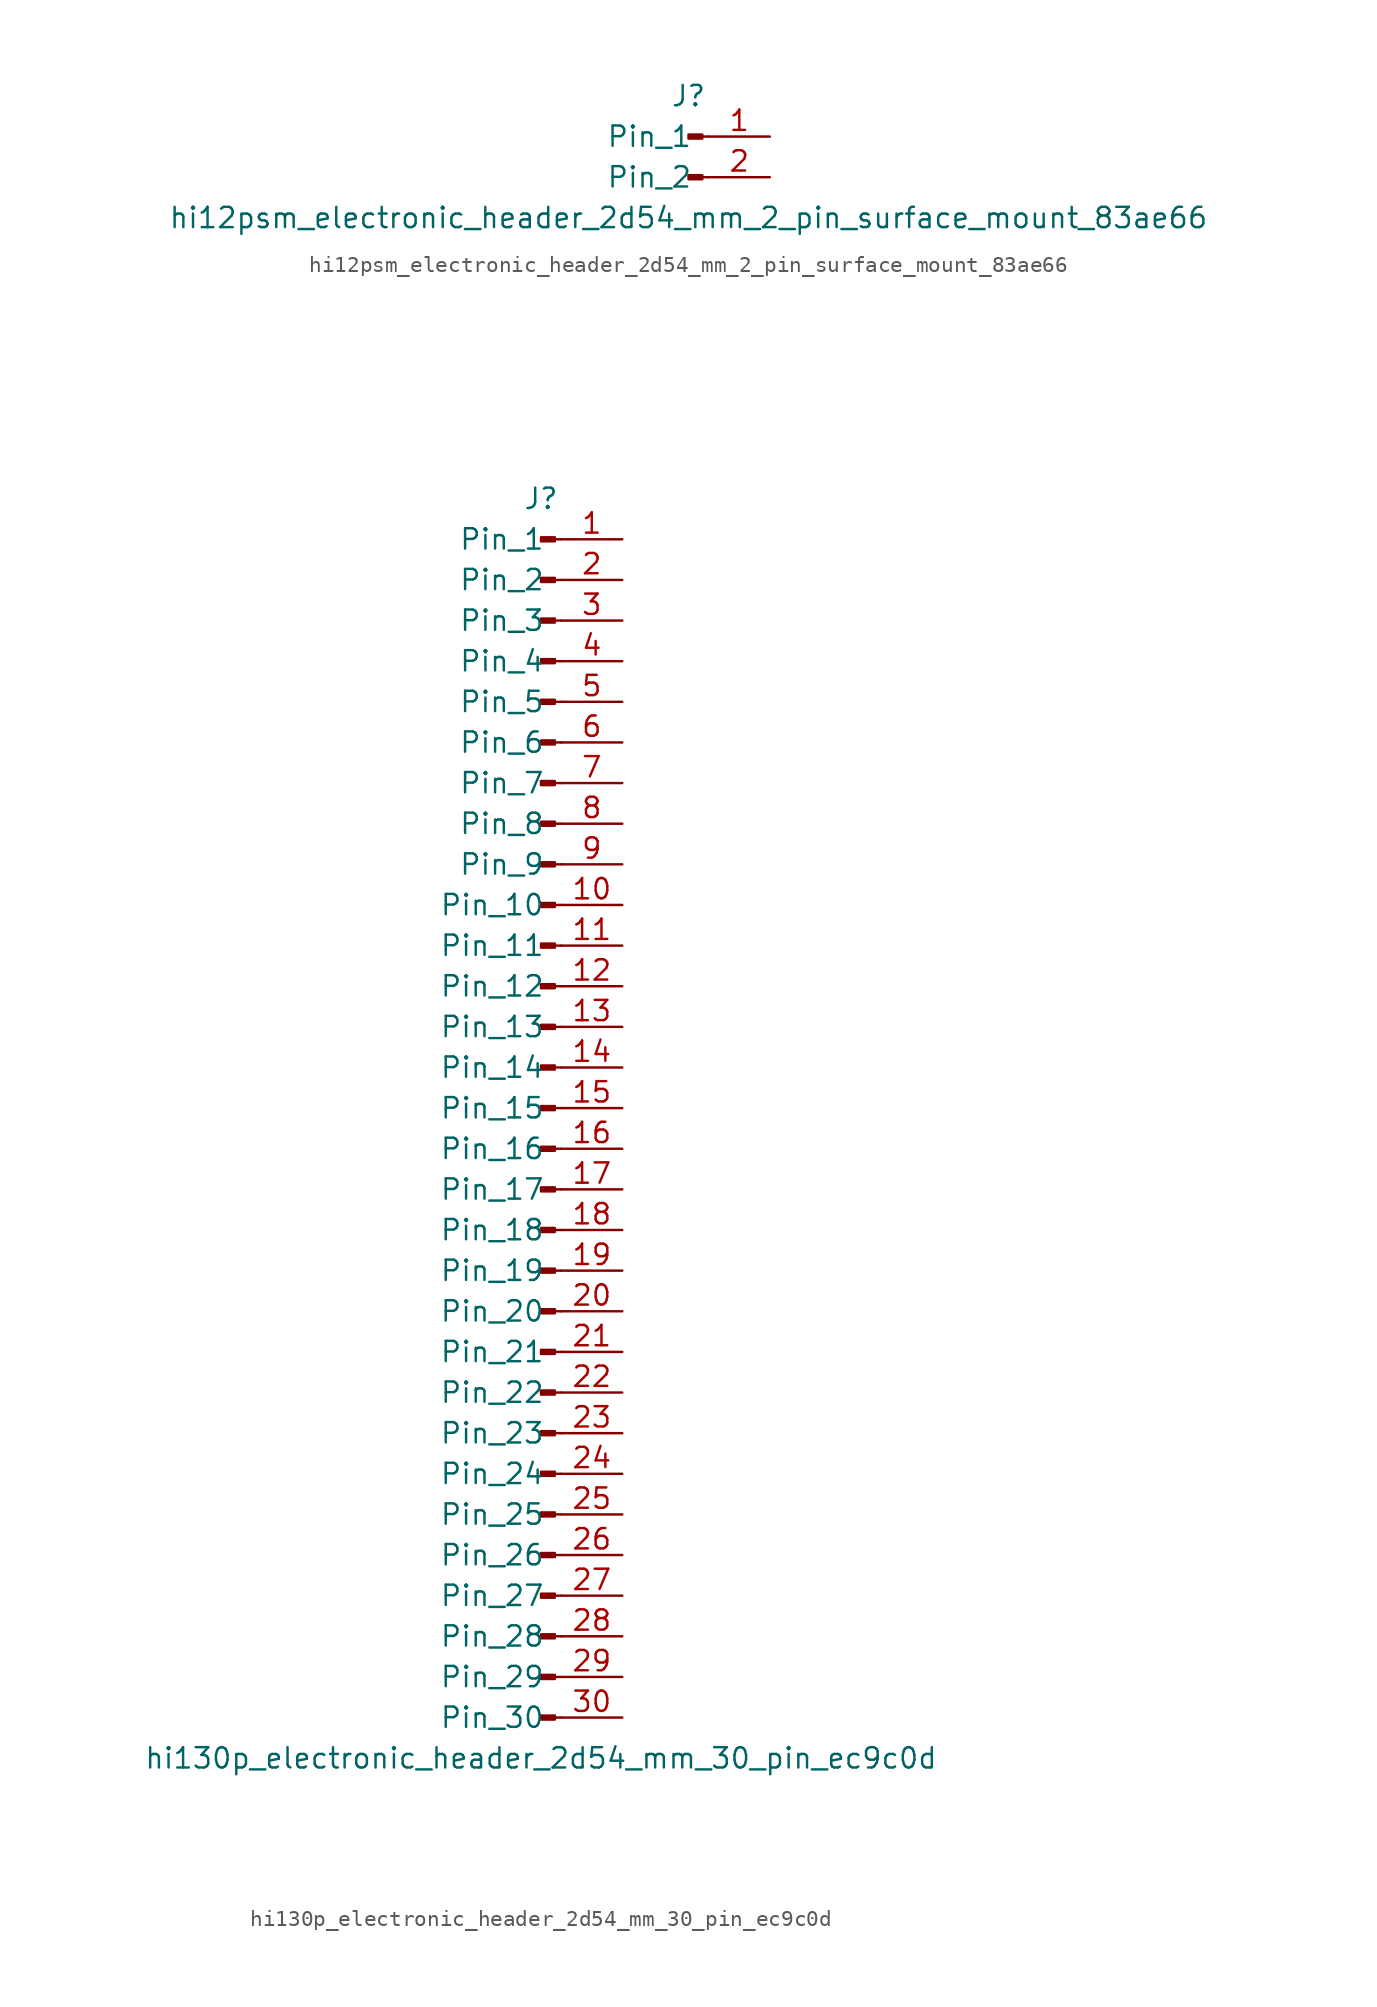
<source format=kicad_sym>
(kicad_symbol_lib
  (version 20220914)
  (generator kicad_symbol_editor)
  (symbol "hi12psm_electronic_header_2d54_mm_2_pin_surface_mount_83ae66"
    (pin_names
      (offset 1.016))
    (property "Reference" "J"
      (at 0 2.54 0)
      (effects (font (size 1.27 1.27))))
    (property "Value" "hi12psm_electronic_header_2d54_mm_2_pin_surface_mount_83ae66"
      (at 0 -5.08 0)
      (effects (font (size 1.27 1.27))))
    (property "ki_locked" ""
      (at 0 0 0)
      (effects (font (size 1.27 1.27))))
    (symbol "hi12psm_electronic_header_2d54_mm_2_pin_surface_mount_83ae66_1_1"
      (polyline (pts (xy 1.27 -2.54) (xy 0.864 -2.54)) (stroke (width 0.152) (type default)) (fill (type none)))
      (polyline (pts (xy 1.27 0) (xy 0.864 0)) (stroke (width 0.152) (type default)) (fill (type none)))
      (rectangle (start 0.864 -2.413) (end 0 -2.667) (stroke (width 0.152) (type default)) (fill (type outline)))
      (rectangle (start 0.864 0.127) (end 0 -0.127) (stroke (width 0.152) (type default)) (fill (type outline)))
      (pin passive line (at 5.08 0 180) (length 3.81) (name "Pin_1" (effects (font (size 1.27 1.27)))) (number "1" (effects (font (size 1.27 1.27)))))
      (pin passive line (at 5.08 -2.54 180) (length 3.81) (name "Pin_2" (effects (font (size 1.27 1.27)))) (number "2" (effects (font (size 1.27 1.27)))))))
  (symbol "hi130p_electronic_header_2d54_mm_30_pin_ec9c0d"
    (pin_names
      (offset 1.016))
    (property "Reference" "J"
      (at 0 38.1 0)
      (effects (font (size 1.27 1.27))))
    (property "Value" "hi130p_electronic_header_2d54_mm_30_pin_ec9c0d"
      (at 0 -40.64 0)
      (effects (font (size 1.27 1.27))))
    (property "ki_locked" ""
      (at 0 0 0)
      (effects (font (size 1.27 1.27))))
    (symbol "hi130p_electronic_header_2d54_mm_30_pin_ec9c0d_1_1"
      (polyline (pts (xy 1.27 -38.1) (xy 0.864 -38.1)) (stroke (width 0.152) (type default)) (fill (type none)))
      (polyline (pts (xy 1.27 -35.56) (xy 0.864 -35.56)) (stroke (width 0.152) (type default)) (fill (type none)))
      (polyline (pts (xy 1.27 -33.02) (xy 0.864 -33.02)) (stroke (width 0.152) (type default)) (fill (type none)))
      (polyline (pts (xy 1.27 -30.48) (xy 0.864 -30.48)) (stroke (width 0.152) (type default)) (fill (type none)))
      (polyline (pts (xy 1.27 -27.94) (xy 0.864 -27.94)) (stroke (width 0.152) (type default)) (fill (type none)))
      (polyline (pts (xy 1.27 -25.4) (xy 0.864 -25.4)) (stroke (width 0.152) (type default)) (fill (type none)))
      (polyline (pts (xy 1.27 -22.86) (xy 0.864 -22.86)) (stroke (width 0.152) (type default)) (fill (type none)))
      (polyline (pts (xy 1.27 -20.32) (xy 0.864 -20.32)) (stroke (width 0.152) (type default)) (fill (type none)))
      (polyline (pts (xy 1.27 -17.78) (xy 0.864 -17.78)) (stroke (width 0.152) (type default)) (fill (type none)))
      (polyline (pts (xy 1.27 -15.24) (xy 0.864 -15.24)) (stroke (width 0.152) (type default)) (fill (type none)))
      (polyline (pts (xy 1.27 -12.7) (xy 0.864 -12.7)) (stroke (width 0.152) (type default)) (fill (type none)))
      (polyline (pts (xy 1.27 -10.16) (xy 0.864 -10.16)) (stroke (width 0.152) (type default)) (fill (type none)))
      (polyline (pts (xy 1.27 -7.62) (xy 0.864 -7.62)) (stroke (width 0.152) (type default)) (fill (type none)))
      (polyline (pts (xy 1.27 -5.08) (xy 0.864 -5.08)) (stroke (width 0.152) (type default)) (fill (type none)))
      (polyline (pts (xy 1.27 -2.54) (xy 0.864 -2.54)) (stroke (width 0.152) (type default)) (fill (type none)))
      (polyline (pts (xy 1.27 0) (xy 0.864 0)) (stroke (width 0.152) (type default)) (fill (type none)))
      (polyline (pts (xy 1.27 2.54) (xy 0.864 2.54)) (stroke (width 0.152) (type default)) (fill (type none)))
      (polyline (pts (xy 1.27 5.08) (xy 0.864 5.08)) (stroke (width 0.152) (type default)) (fill (type none)))
      (polyline (pts (xy 1.27 7.62) (xy 0.864 7.62)) (stroke (width 0.152) (type default)) (fill (type none)))
      (polyline (pts (xy 1.27 10.16) (xy 0.864 10.16)) (stroke (width 0.152) (type default)) (fill (type none)))
      (polyline (pts (xy 1.27 12.7) (xy 0.864 12.7)) (stroke (width 0.152) (type default)) (fill (type none)))
      (polyline (pts (xy 1.27 15.24) (xy 0.864 15.24)) (stroke (width 0.152) (type default)) (fill (type none)))
      (polyline (pts (xy 1.27 17.78) (xy 0.864 17.78)) (stroke (width 0.152) (type default)) (fill (type none)))
      (polyline (pts (xy 1.27 20.32) (xy 0.864 20.32)) (stroke (width 0.152) (type default)) (fill (type none)))
      (polyline (pts (xy 1.27 22.86) (xy 0.864 22.86)) (stroke (width 0.152) (type default)) (fill (type none)))
      (polyline (pts (xy 1.27 25.4) (xy 0.864 25.4)) (stroke (width 0.152) (type default)) (fill (type none)))
      (polyline (pts (xy 1.27 27.94) (xy 0.864 27.94)) (stroke (width 0.152) (type default)) (fill (type none)))
      (polyline (pts (xy 1.27 30.48) (xy 0.864 30.48)) (stroke (width 0.152) (type default)) (fill (type none)))
      (polyline (pts (xy 1.27 33.02) (xy 0.864 33.02)) (stroke (width 0.152) (type default)) (fill (type none)))
      (polyline (pts (xy 1.27 35.56) (xy 0.864 35.56)) (stroke (width 0.152) (type default)) (fill (type none)))
      (rectangle (start 0.864 -37.973) (end 0 -38.227) (stroke (width 0.152) (type default)) (fill (type outline)))
      (rectangle (start 0.864 -35.433) (end 0 -35.687) (stroke (width 0.152) (type default)) (fill (type outline)))
      (rectangle (start 0.864 -32.893) (end 0 -33.147) (stroke (width 0.152) (type default)) (fill (type outline)))
      (rectangle (start 0.864 -30.353) (end 0 -30.607) (stroke (width 0.152) (type default)) (fill (type outline)))
      (rectangle (start 0.864 -27.813) (end 0 -28.067) (stroke (width 0.152) (type default)) (fill (type outline)))
      (rectangle (start 0.864 -25.273) (end 0 -25.527) (stroke (width 0.152) (type default)) (fill (type outline)))
      (rectangle (start 0.864 -22.733) (end 0 -22.987) (stroke (width 0.152) (type default)) (fill (type outline)))
      (rectangle (start 0.864 -20.193) (end 0 -20.447) (stroke (width 0.152) (type default)) (fill (type outline)))
      (rectangle (start 0.864 -17.653) (end 0 -17.907) (stroke (width 0.152) (type default)) (fill (type outline)))
      (rectangle (start 0.864 -15.113) (end 0 -15.367) (stroke (width 0.152) (type default)) (fill (type outline)))
      (rectangle (start 0.864 -12.573) (end 0 -12.827) (stroke (width 0.152) (type default)) (fill (type outline)))
      (rectangle (start 0.864 -10.033) (end 0 -10.287) (stroke (width 0.152) (type default)) (fill (type outline)))
      (rectangle (start 0.864 -7.493) (end 0 -7.747) (stroke (width 0.152) (type default)) (fill (type outline)))
      (rectangle (start 0.864 -4.953) (end 0 -5.207) (stroke (width 0.152) (type default)) (fill (type outline)))
      (rectangle (start 0.864 -2.413) (end 0 -2.667) (stroke (width 0.152) (type default)) (fill (type outline)))
      (rectangle (start 0.864 0.127) (end 0 -0.127) (stroke (width 0.152) (type default)) (fill (type outline)))
      (rectangle (start 0.864 2.667) (end 0 2.413) (stroke (width 0.152) (type default)) (fill (type outline)))
      (rectangle (start 0.864 5.207) (end 0 4.953) (stroke (width 0.152) (type default)) (fill (type outline)))
      (rectangle (start 0.864 7.747) (end 0 7.493) (stroke (width 0.152) (type default)) (fill (type outline)))
      (rectangle (start 0.864 10.287) (end 0 10.033) (stroke (width 0.152) (type default)) (fill (type outline)))
      (rectangle (start 0.864 12.827) (end 0 12.573) (stroke (width 0.152) (type default)) (fill (type outline)))
      (rectangle (start 0.864 15.367) (end 0 15.113) (stroke (width 0.152) (type default)) (fill (type outline)))
      (rectangle (start 0.864 17.907) (end 0 17.653) (stroke (width 0.152) (type default)) (fill (type outline)))
      (rectangle (start 0.864 20.447) (end 0 20.193) (stroke (width 0.152) (type default)) (fill (type outline)))
      (rectangle (start 0.864 22.987) (end 0 22.733) (stroke (width 0.152) (type default)) (fill (type outline)))
      (rectangle (start 0.864 25.527) (end 0 25.273) (stroke (width 0.152) (type default)) (fill (type outline)))
      (rectangle (start 0.864 28.067) (end 0 27.813) (stroke (width 0.152) (type default)) (fill (type outline)))
      (rectangle (start 0.864 30.607) (end 0 30.353) (stroke (width 0.152) (type default)) (fill (type outline)))
      (rectangle (start 0.864 33.147) (end 0 32.893) (stroke (width 0.152) (type default)) (fill (type outline)))
      (rectangle (start 0.864 35.687) (end 0 35.433) (stroke (width 0.152) (type default)) (fill (type outline)))
      (pin passive line (at 5.08 35.56 180) (length 3.81) (name "Pin_1" (effects (font (size 1.27 1.27)))) (number "1" (effects (font (size 1.27 1.27)))))
      (pin passive line (at 5.08 12.7 180) (length 3.81) (name "Pin_10" (effects (font (size 1.27 1.27)))) (number "10" (effects (font (size 1.27 1.27)))))
      (pin passive line (at 5.08 10.16 180) (length 3.81) (name "Pin_11" (effects (font (size 1.27 1.27)))) (number "11" (effects (font (size 1.27 1.27)))))
      (pin passive line (at 5.08 7.62 180) (length 3.81) (name "Pin_12" (effects (font (size 1.27 1.27)))) (number "12" (effects (font (size 1.27 1.27)))))
      (pin passive line (at 5.08 5.08 180) (length 3.81) (name "Pin_13" (effects (font (size 1.27 1.27)))) (number "13" (effects (font (size 1.27 1.27)))))
      (pin passive line (at 5.08 2.54 180) (length 3.81) (name "Pin_14" (effects (font (size 1.27 1.27)))) (number "14" (effects (font (size 1.27 1.27)))))
      (pin passive line (at 5.08 0 180) (length 3.81) (name "Pin_15" (effects (font (size 1.27 1.27)))) (number "15" (effects (font (size 1.27 1.27)))))
      (pin passive line (at 5.08 -2.54 180) (length 3.81) (name "Pin_16" (effects (font (size 1.27 1.27)))) (number "16" (effects (font (size 1.27 1.27)))))
      (pin passive line (at 5.08 -5.08 180) (length 3.81) (name "Pin_17" (effects (font (size 1.27 1.27)))) (number "17" (effects (font (size 1.27 1.27)))))
      (pin passive line (at 5.08 -7.62 180) (length 3.81) (name "Pin_18" (effects (font (size 1.27 1.27)))) (number "18" (effects (font (size 1.27 1.27)))))
      (pin passive line (at 5.08 -10.16 180) (length 3.81) (name "Pin_19" (effects (font (size 1.27 1.27)))) (number "19" (effects (font (size 1.27 1.27)))))
      (pin passive line (at 5.08 33.02 180) (length 3.81) (name "Pin_2" (effects (font (size 1.27 1.27)))) (number "2" (effects (font (size 1.27 1.27)))))
      (pin passive line (at 5.08 -12.7 180) (length 3.81) (name "Pin_20" (effects (font (size 1.27 1.27)))) (number "20" (effects (font (size 1.27 1.27)))))
      (pin passive line (at 5.08 -15.24 180) (length 3.81) (name "Pin_21" (effects (font (size 1.27 1.27)))) (number "21" (effects (font (size 1.27 1.27)))))
      (pin passive line (at 5.08 -17.78 180) (length 3.81) (name "Pin_22" (effects (font (size 1.27 1.27)))) (number "22" (effects (font (size 1.27 1.27)))))
      (pin passive line (at 5.08 -20.32 180) (length 3.81) (name "Pin_23" (effects (font (size 1.27 1.27)))) (number "23" (effects (font (size 1.27 1.27)))))
      (pin passive line (at 5.08 -22.86 180) (length 3.81) (name "Pin_24" (effects (font (size 1.27 1.27)))) (number "24" (effects (font (size 1.27 1.27)))))
      (pin passive line (at 5.08 -25.4 180) (length 3.81) (name "Pin_25" (effects (font (size 1.27 1.27)))) (number "25" (effects (font (size 1.27 1.27)))))
      (pin passive line (at 5.08 -27.94 180) (length 3.81) (name "Pin_26" (effects (font (size 1.27 1.27)))) (number "26" (effects (font (size 1.27 1.27)))))
      (pin passive line (at 5.08 -30.48 180) (length 3.81) (name "Pin_27" (effects (font (size 1.27 1.27)))) (number "27" (effects (font (size 1.27 1.27)))))
      (pin passive line (at 5.08 -33.02 180) (length 3.81) (name "Pin_28" (effects (font (size 1.27 1.27)))) (number "28" (effects (font (size 1.27 1.27)))))
      (pin passive line (at 5.08 -35.56 180) (length 3.81) (name "Pin_29" (effects (font (size 1.27 1.27)))) (number "29" (effects (font (size 1.27 1.27)))))
      (pin passive line (at 5.08 30.48 180) (length 3.81) (name "Pin_3" (effects (font (size 1.27 1.27)))) (number "3" (effects (font (size 1.27 1.27)))))
      (pin passive line (at 5.08 -38.1 180) (length 3.81) (name "Pin_30" (effects (font (size 1.27 1.27)))) (number "30" (effects (font (size 1.27 1.27)))))
      (pin passive line (at 5.08 27.94 180) (length 3.81) (name "Pin_4" (effects (font (size 1.27 1.27)))) (number "4" (effects (font (size 1.27 1.27)))))
      (pin passive line (at 5.08 25.4 180) (length 3.81) (name "Pin_5" (effects (font (size 1.27 1.27)))) (number "5" (effects (font (size 1.27 1.27)))))
      (pin passive line (at 5.08 22.86 180) (length 3.81) (name "Pin_6" (effects (font (size 1.27 1.27)))) (number "6" (effects (font (size 1.27 1.27)))))
      (pin passive line (at 5.08 20.32 180) (length 3.81) (name "Pin_7" (effects (font (size 1.27 1.27)))) (number "7" (effects (font (size 1.27 1.27)))))
      (pin passive line (at 5.08 17.78 180) (length 3.81) (name "Pin_8" (effects (font (size 1.27 1.27)))) (number "8" (effects (font (size 1.27 1.27)))))
      (pin passive line (at 5.08 15.24 180) (length 3.81) (name "Pin_9" (effects (font (size 1.27 1.27)))) (number "9" (effects (font (size 1.27 1.27))))))))
</source>
